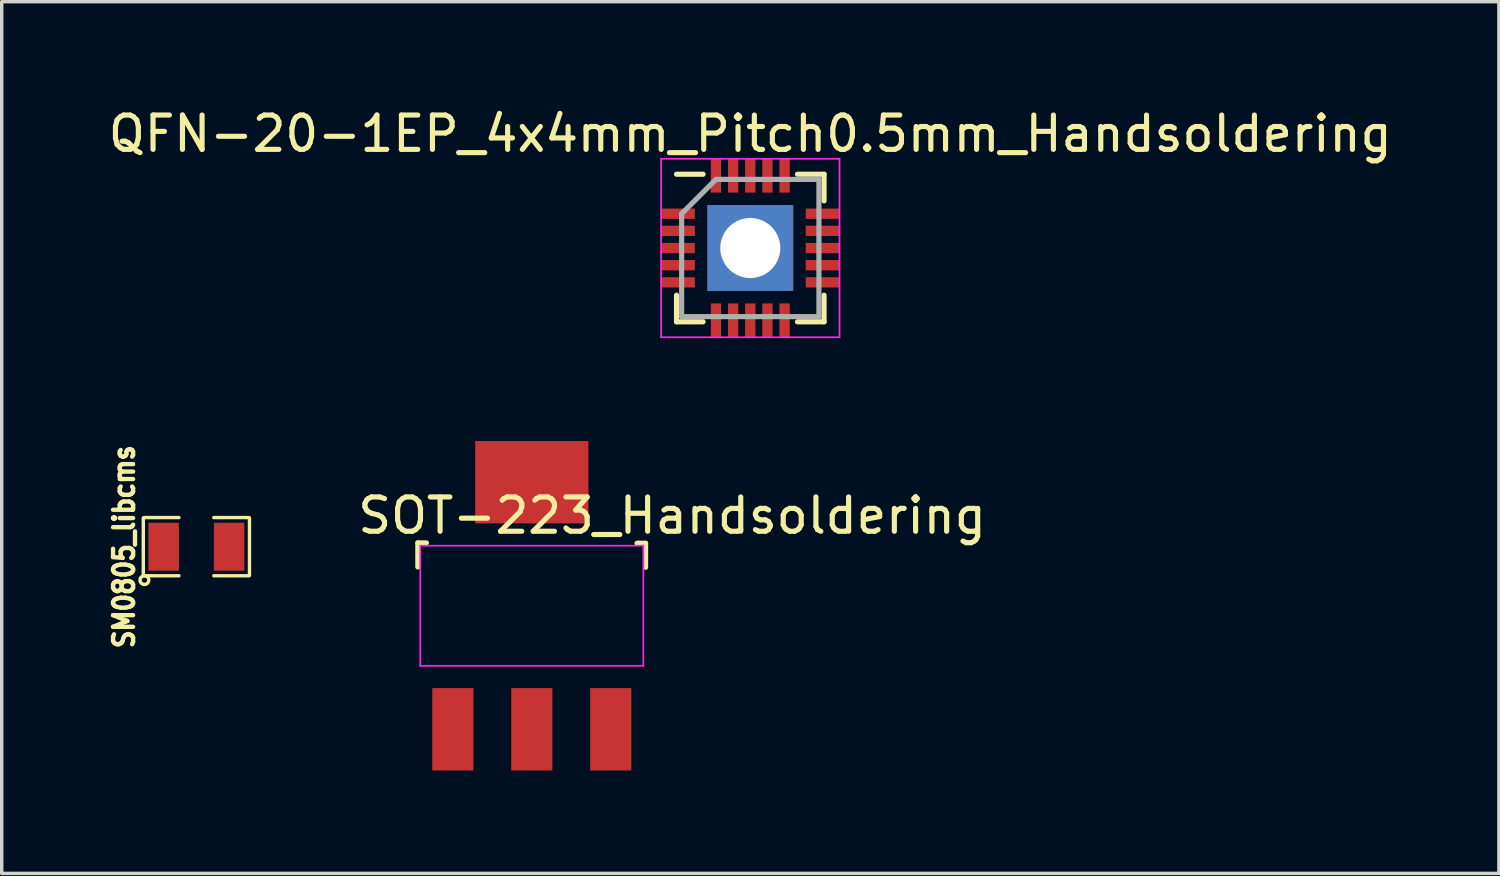
<source format=kicad_pcb>
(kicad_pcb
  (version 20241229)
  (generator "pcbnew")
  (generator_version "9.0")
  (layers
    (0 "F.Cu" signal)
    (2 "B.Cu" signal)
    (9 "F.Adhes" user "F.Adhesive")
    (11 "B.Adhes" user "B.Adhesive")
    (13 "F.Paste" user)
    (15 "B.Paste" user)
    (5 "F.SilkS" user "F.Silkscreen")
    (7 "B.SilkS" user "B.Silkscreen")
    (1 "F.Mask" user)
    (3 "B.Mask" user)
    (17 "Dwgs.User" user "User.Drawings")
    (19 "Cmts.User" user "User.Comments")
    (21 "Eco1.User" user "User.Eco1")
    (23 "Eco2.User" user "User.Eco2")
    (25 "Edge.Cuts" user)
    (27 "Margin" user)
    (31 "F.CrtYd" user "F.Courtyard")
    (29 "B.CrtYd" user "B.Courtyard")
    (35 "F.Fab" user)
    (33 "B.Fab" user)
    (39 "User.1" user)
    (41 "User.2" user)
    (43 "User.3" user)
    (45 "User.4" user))
  (footprint "QFN-20-1EP_4x4mm_Pitch0.5mm_Handsoldering"
    (layer "F.Cu")
    (at 18.815 4.178)
    (property "Reference" "QFN-20-1EP_4x4mm_Pitch0.5mm_Handsoldering" (at 0 -3.33 0) (layer "F.SilkS") (effects (font (size 1 1) (thickness 0.15))))
    (attr smd)
    (fp_line (start -2.15 -2.15) (end -1.375 -2.15) (stroke (width 0.15) (type solid)) (layer "F.SilkS"))
    (fp_line (start -2.15 2.15) (end -2.15 1.375) (stroke (width 0.15) (type solid)) (layer "F.SilkS"))
    (fp_line (start -2.15 2.15) (end -1.375 2.15) (stroke (width 0.15) (type solid)) (layer "F.SilkS"))
    (fp_line (start 2.15 -2.15) (end 1.375 -2.15) (stroke (width 0.15) (type solid)) (layer "F.SilkS"))
    (fp_line (start 2.15 -2.15) (end 2.15 -1.375) (stroke (width 0.15) (type solid)) (layer "F.SilkS"))
    (fp_line (start 2.15 2.15) (end 1.375 2.15) (stroke (width 0.15) (type solid)) (layer "F.SilkS"))
    (fp_line (start 2.15 2.15) (end 2.15 1.375) (stroke (width 0.15) (type solid)) (layer "F.SilkS"))
    (fp_line (start -2.6 -2.6) (end -2.6 2.6) (stroke (width 0.05) (type solid)) (layer "F.CrtYd"))
    (fp_line (start -2.6 -2.6) (end 2.6 -2.6) (stroke (width 0.05) (type solid)) (layer "F.CrtYd"))
    (fp_line (start -2.6 2.6) (end 2.6 2.6) (stroke (width 0.05) (type solid)) (layer "F.CrtYd"))
    (fp_line (start 2.6 -2.6) (end 2.6 2.6) (stroke (width 0.05) (type solid)) (layer "F.CrtYd"))
    (fp_line (start -2 -1) (end -1 -2) (stroke (width 0.15) (type solid)) (layer "F.Fab"))
    (fp_line (start -2 2) (end -2 -1) (stroke (width 0.15) (type solid)) (layer "F.Fab"))
    (fp_line (start -1 -2) (end 2 -2) (stroke (width 0.15) (type solid)) (layer "F.Fab"))
    (fp_line (start 2 -2) (end 2 2) (stroke (width 0.15) (type solid)) (layer "F.Fab"))
    (fp_line (start 2 2) (end -2 2) (stroke (width 0.15) (type solid)) (layer "F.Fab"))
    (pad "1" smd rect (at -2.115 -1) (size 1 0.3) (layers "F.Cu" "F.Mask" "F.Paste"))
    (pad "2" smd rect (at -2.115 -0.5) (size 1 0.3) (layers "F.Cu" "F.Mask" "F.Paste"))
    (pad "3" smd rect (at -2.115 0) (size 1 0.3) (layers "F.Cu" "F.Mask" "F.Paste"))
    (pad "4" smd rect (at -2.115 0.5) (size 1 0.3) (layers "F.Cu" "F.Mask" "F.Paste"))
    (pad "5" smd rect (at -2.115 1) (size 1 0.3) (layers "F.Cu" "F.Mask" "F.Paste"))
    (pad "6" smd rect (at -1 2.115 90) (size 1 0.3) (layers "F.Cu" "F.Mask" "F.Paste"))
    (pad "7" smd rect (at -0.5 2.115 90) (size 1 0.3) (layers "F.Cu" "F.Mask" "F.Paste"))
    (pad "8" smd rect (at 0 2.115 90) (size 1 0.3) (layers "F.Cu" "F.Mask" "F.Paste"))
    (pad "9" smd rect (at 0.5 2.115 90) (size 1 0.3) (layers "F.Cu" "F.Mask" "F.Paste"))
    (pad "10" smd rect (at 1 2.115 90) (size 1 0.3) (layers "F.Cu" "F.Mask" "F.Paste"))
    (pad "11" smd rect (at 2.115 1) (size 1 0.3) (layers "F.Cu" "F.Mask" "F.Paste"))
    (pad "12" smd rect (at 2.115 0.5) (size 1 0.3) (layers "F.Cu" "F.Mask" "F.Paste"))
    (pad "13" smd rect (at 2.115 0) (size 1 0.3) (layers "F.Cu" "F.Mask" "F.Paste"))
    (pad "14" smd rect (at 2.115 -0.5) (size 1 0.3) (layers "F.Cu" "F.Mask" "F.Paste"))
    (pad "15" smd rect (at 2.115 -1) (size 1 0.3) (layers "F.Cu" "F.Mask" "F.Paste"))
    (pad "16" smd rect (at 1 -2.115 90) (size 1 0.3) (layers "F.Cu" "F.Mask" "F.Paste"))
    (pad "17" smd rect (at 0.5 -2.115 90) (size 1 0.3) (layers "F.Cu" "F.Mask" "F.Paste"))
    (pad "18" smd rect (at 0 -2.115 90) (size 1 0.3) (layers "F.Cu" "F.Mask" "F.Paste"))
    (pad "19" smd rect (at -0.5 -2.115 90) (size 1 0.3) (layers "F.Cu" "F.Mask" "F.Paste"))
    (pad "20" smd rect (at -1 -2.115 90) (size 1 0.3) (layers "F.Cu" "F.Mask" "F.Paste"))
    (pad "EP" thru_hole circle (at 0 0 90) (size 2.25 2.25) (drill 1.75) (layers "*.Cu" "*.Mask"))
    (pad "EP" smd rect (at 0 0) (size 2.5 2.5) (layers "F.Cu" "F.Mask" "F.Paste"))
    (pad "EP" smd rect (at 0 0) (size 2.5 2.5) (layers "B.Cu" "B.Mask")))
  (footprint "SM0805_libcms"
    (layer "F.Cu")
    (at 2.673 12.882)
    (property "Reference" "SM0805_libcms" (at -2.108 0 90) (layer "F.SilkS") (effects (font (size 0.584 0.508) (thickness 0.127))))
    (attr smd)
    (fp_line (start -1.547 0.838) (end -1.547 -0.838) (stroke (width 0.099) (type solid)) (layer "F.SilkS"))
    (fp_line (start -1.524 -0.848) (end -0.508 -0.848) (stroke (width 0.099) (type solid)) (layer "F.SilkS"))
    (fp_line (start -0.508 0.848) (end -1.524 0.848) (stroke (width 0.099) (type solid)) (layer "F.SilkS"))
    (fp_line (start 0.508 -0.848) (end 1.524 -0.848) (stroke (width 0.099) (type solid)) (layer "F.SilkS"))
    (fp_line (start 1.524 0.848) (end 0.508 0.848) (stroke (width 0.099) (type solid)) (layer "F.SilkS"))
    (fp_line (start 1.547 -0.838) (end 1.547 0.838) (stroke (width 0.099) (type solid)) (layer "F.SilkS"))
    (fp_circle (center -1.514 0.973) (end -1.514 0.846) (stroke (width 0.099) (type solid)) (fill no) (layer "F.SilkS"))
    (pad "1" smd rect (at -0.953 0) (size 0.889 1.397) (layers "F.Cu" "F.Mask" "F.Paste"))
    (pad "2" smd rect (at 0.953 0) (size 0.889 1.397) (layers "F.Cu" "F.Mask" "F.Paste")))
  (footprint "SOT-223_Handsoldering"
    (layer "F.Cu")
    (at 12.448 14.603)
    (property "Reference" "SOT-223_Handsoldering" (at 4.089 -2.626 0) (layer "F.SilkS") (effects (font (size 1 1) (thickness 0.15))))
    (attr smd)
    (fp_line (start -3.321 -1.831) (end -3.072 -1.831) (stroke (width 0.15) (type solid)) (layer "F.SilkS"))
    (fp_line (start -3.321 -1.13) (end -3.321 -1.831) (stroke (width 0.15) (type solid)) (layer "F.SilkS"))
    (fp_line (start 3.115 -1.821) (end 3.067 -1.821) (stroke (width 0.15) (type solid)) (layer "F.SilkS"))
    (fp_line (start 3.115 -1.821) (end 3.316 -1.821) (stroke (width 0.15) (type solid)) (layer "F.SilkS"))
    (fp_line (start 3.316 -1.821) (end 3.316 -1.12) (stroke (width 0.15) (type solid)) (layer "F.SilkS"))
    (fp_line (start -3.25 -1.75) (end 3.25 -1.75) (stroke (width 0.05) (type solid)) (layer "F.CrtYd"))
    (fp_line (start -3.25 1.75) (end -3.25 -1.75) (stroke (width 0.05) (type solid)) (layer "F.CrtYd"))
    (fp_line (start 3.25 -1.75) (end 3.25 1.75) (stroke (width 0.05) (type solid)) (layer "F.CrtYd"))
    (fp_line (start 3.25 1.75) (end -3.25 1.75) (stroke (width 0.05) (type solid)) (layer "F.CrtYd"))
    (pad "1" smd rect (at -2.3 3.6) (size 1.2 2.4) (layers "F.Cu" "F.Mask" "F.Paste"))
    (pad "2" smd rect (at 0 -3.6) (size 3.3 2.4) (layers "F.Cu" "F.Mask" "F.Paste"))
    (pad "2" smd rect (at 0 3.6) (size 1.2 2.4) (layers "F.Cu" "F.Mask" "F.Paste"))
    (pad "3" smd rect (at 2.3 3.6) (size 1.2 2.4) (layers "F.Cu" "F.Mask" "F.Paste")))
  (gr_rect
    (start -3 -3)
    (end 40.631 22.403)
    (stroke (width 0.1) (type default))
    (fill no)
    (layer "Edge.Cuts")))
</source>
